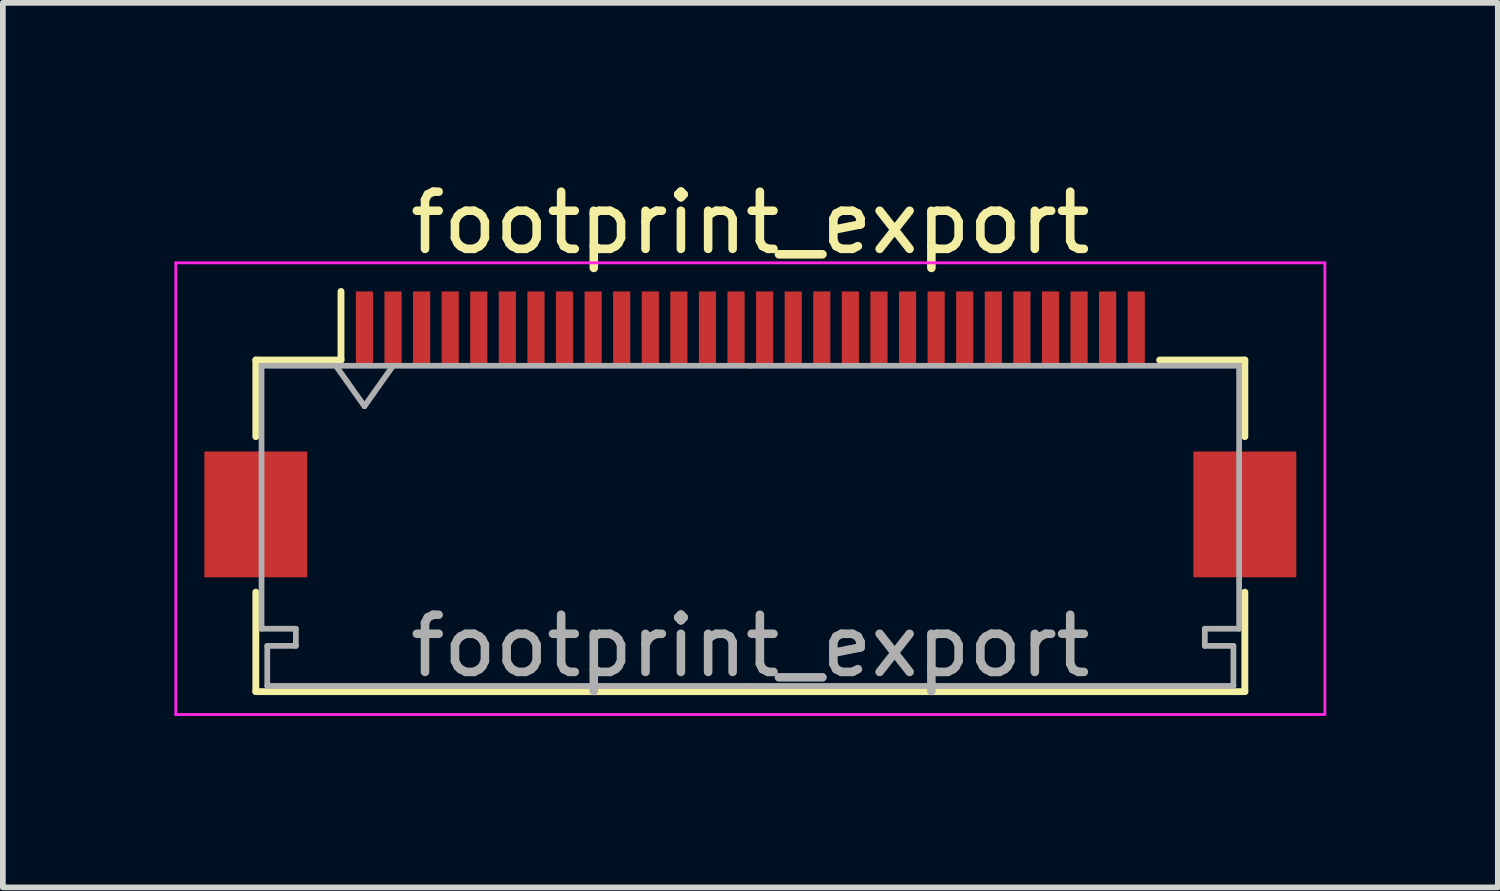
<source format=kicad_pcb>
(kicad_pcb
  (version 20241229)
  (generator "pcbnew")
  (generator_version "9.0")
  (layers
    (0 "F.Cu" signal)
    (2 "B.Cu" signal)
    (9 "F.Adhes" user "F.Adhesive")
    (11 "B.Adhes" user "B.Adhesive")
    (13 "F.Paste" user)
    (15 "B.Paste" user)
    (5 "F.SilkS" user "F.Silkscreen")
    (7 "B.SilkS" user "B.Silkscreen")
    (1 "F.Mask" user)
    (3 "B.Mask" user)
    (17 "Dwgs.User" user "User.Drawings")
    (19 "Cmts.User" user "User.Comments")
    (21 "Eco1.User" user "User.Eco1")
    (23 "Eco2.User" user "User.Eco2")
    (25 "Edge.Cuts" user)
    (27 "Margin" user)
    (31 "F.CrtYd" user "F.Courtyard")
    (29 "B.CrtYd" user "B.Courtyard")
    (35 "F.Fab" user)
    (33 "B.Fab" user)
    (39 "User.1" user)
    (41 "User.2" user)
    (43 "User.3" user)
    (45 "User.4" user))
  (footprint "footprint_export"
    (layer "F.Cu")
    (at 10.075 4.548)
    (property "Reference" "footprint_export" (at 0 -3.7 0) (layer "F.SilkS") (effects (font (size 1 1) (thickness 0.15))))
    (attr smd)
    (fp_line (start -8.65 -1.3) (end -8.65 0.04) (stroke (width 0.12) (type solid)) (layer "F.SilkS"))
    (fp_line (start -8.65 2.76) (end -8.65 4.5) (stroke (width 0.12) (type solid)) (layer "F.SilkS"))
    (fp_line (start -8.65 4.5) (end 8.65 4.5) (stroke (width 0.12) (type solid)) (layer "F.SilkS"))
    (fp_line (start -7.16 -1.3) (end -8.65 -1.3) (stroke (width 0.12) (type solid)) (layer "F.SilkS"))
    (fp_line (start -7.16 -1.3) (end -7.16 -2.5) (stroke (width 0.12) (type solid)) (layer "F.SilkS"))
    (fp_line (start 7.16 -1.3) (end 8.65 -1.3) (stroke (width 0.12) (type solid)) (layer "F.SilkS"))
    (fp_line (start 8.65 -1.3) (end 8.65 0.04) (stroke (width 0.12) (type solid)) (layer "F.SilkS"))
    (fp_line (start 8.65 4.5) (end 8.65 2.76) (stroke (width 0.12) (type solid)) (layer "F.SilkS"))
    (fp_line (start -10.05 -3) (end -10.05 4.9) (stroke (width 0.05) (type solid)) (layer "F.CrtYd"))
    (fp_line (start -10.05 4.9) (end 10.05 4.9) (stroke (width 0.05) (type solid)) (layer "F.CrtYd"))
    (fp_line (start 10.05 -3) (end -10.05 -3) (stroke (width 0.05) (type solid)) (layer "F.CrtYd"))
    (fp_line (start 10.05 4.9) (end 10.05 -3) (stroke (width 0.05) (type solid)) (layer "F.CrtYd"))
    (fp_line (start -8.55 -1.2) (end -8.55 3.4) (stroke (width 0.1) (type solid)) (layer "F.Fab"))
    (fp_line (start -8.55 3.4) (end -7.95 3.4) (stroke (width 0.1) (type solid)) (layer "F.Fab"))
    (fp_line (start -8.45 3.7) (end -8.45 4.4) (stroke (width 0.1) (type solid)) (layer "F.Fab"))
    (fp_line (start -8.45 4.4) (end 0 4.4) (stroke (width 0.1) (type solid)) (layer "F.Fab"))
    (fp_line (start -7.95 3.4) (end -7.95 3.7) (stroke (width 0.1) (type solid)) (layer "F.Fab"))
    (fp_line (start -7.95 3.7) (end -8.45 3.7) (stroke (width 0.1) (type solid)) (layer "F.Fab"))
    (fp_line (start -7.25 -1.2) (end -6.75 -0.493) (stroke (width 0.1) (type solid)) (layer "F.Fab"))
    (fp_line (start -6.75 -0.493) (end -6.25 -1.2) (stroke (width 0.1) (type solid)) (layer "F.Fab"))
    (fp_line (start 0 -1.2) (end -8.55 -1.2) (stroke (width 0.1) (type solid)) (layer "F.Fab"))
    (fp_line (start 0 -1.2) (end 8.55 -1.2) (stroke (width 0.1) (type solid)) (layer "F.Fab"))
    (fp_line (start 7.95 3.4) (end 7.95 3.7) (stroke (width 0.1) (type solid)) (layer "F.Fab"))
    (fp_line (start 7.95 3.7) (end 8.45 3.7) (stroke (width 0.1) (type solid)) (layer "F.Fab"))
    (fp_line (start 8.45 3.7) (end 8.45 4.4) (stroke (width 0.1) (type solid)) (layer "F.Fab"))
    (fp_line (start 8.45 4.4) (end 0 4.4) (stroke (width 0.1) (type solid)) (layer "F.Fab"))
    (fp_line (start 8.55 -1.2) (end 8.55 3.4) (stroke (width 0.1) (type solid)) (layer "F.Fab"))
    (fp_line (start 8.55 3.4) (end 7.95 3.4) (stroke (width 0.1) (type solid)) (layer "F.Fab"))
    (fp_text user "${REFERENCE}" (at 0 3.7 0) (layer "F.Fab") (effects (font (size 1 1) (thickness 0.15))))
    (pad "1" smd rect (at -6.75 -1.85) (size 0.3 1.3) (layers "F.Cu" "F.Mask" "F.Paste"))
    (pad "2" smd rect (at -6.25 -1.85) (size 0.3 1.3) (layers "F.Cu" "F.Mask" "F.Paste"))
    (pad "3" smd rect (at -5.75 -1.85) (size 0.3 1.3) (layers "F.Cu" "F.Mask" "F.Paste"))
    (pad "4" smd rect (at -5.25 -1.85) (size 0.3 1.3) (layers "F.Cu" "F.Mask" "F.Paste"))
    (pad "5" smd rect (at -4.75 -1.85) (size 0.3 1.3) (layers "F.Cu" "F.Mask" "F.Paste"))
    (pad "6" smd rect (at -4.25 -1.85) (size 0.3 1.3) (layers "F.Cu" "F.Mask" "F.Paste"))
    (pad "7" smd rect (at -3.75 -1.85) (size 0.3 1.3) (layers "F.Cu" "F.Mask" "F.Paste"))
    (pad "8" smd rect (at -3.25 -1.85) (size 0.3 1.3) (layers "F.Cu" "F.Mask" "F.Paste"))
    (pad "9" smd rect (at -2.75 -1.85) (size 0.3 1.3) (layers "F.Cu" "F.Mask" "F.Paste"))
    (pad "10" smd rect (at -2.25 -1.85) (size 0.3 1.3) (layers "F.Cu" "F.Mask" "F.Paste"))
    (pad "11" smd rect (at -1.75 -1.85) (size 0.3 1.3) (layers "F.Cu" "F.Mask" "F.Paste"))
    (pad "12" smd rect (at -1.25 -1.85) (size 0.3 1.3) (layers "F.Cu" "F.Mask" "F.Paste"))
    (pad "13" smd rect (at -0.75 -1.85) (size 0.3 1.3) (layers "F.Cu" "F.Mask" "F.Paste"))
    (pad "14" smd rect (at -0.25 -1.85) (size 0.3 1.3) (layers "F.Cu" "F.Mask" "F.Paste"))
    (pad "15" smd rect (at 0.25 -1.85) (size 0.3 1.3) (layers "F.Cu" "F.Mask" "F.Paste"))
    (pad "16" smd rect (at 0.75 -1.85) (size 0.3 1.3) (layers "F.Cu" "F.Mask" "F.Paste"))
    (pad "17" smd rect (at 1.25 -1.85) (size 0.3 1.3) (layers "F.Cu" "F.Mask" "F.Paste"))
    (pad "18" smd rect (at 1.75 -1.85) (size 0.3 1.3) (layers "F.Cu" "F.Mask" "F.Paste"))
    (pad "19" smd rect (at 2.25 -1.85) (size 0.3 1.3) (layers "F.Cu" "F.Mask" "F.Paste"))
    (pad "20" smd rect (at 2.75 -1.85) (size 0.3 1.3) (layers "F.Cu" "F.Mask" "F.Paste"))
    (pad "21" smd rect (at 3.25 -1.85) (size 0.3 1.3) (layers "F.Cu" "F.Mask" "F.Paste"))
    (pad "22" smd rect (at 3.75 -1.85) (size 0.3 1.3) (layers "F.Cu" "F.Mask" "F.Paste"))
    (pad "23" smd rect (at 4.25 -1.85) (size 0.3 1.3) (layers "F.Cu" "F.Mask" "F.Paste"))
    (pad "24" smd rect (at 4.75 -1.85) (size 0.3 1.3) (layers "F.Cu" "F.Mask" "F.Paste"))
    (pad "25" smd rect (at 5.25 -1.85) (size 0.3 1.3) (layers "F.Cu" "F.Mask" "F.Paste"))
    (pad "26" smd rect (at 5.75 -1.85) (size 0.3 1.3) (layers "F.Cu" "F.Mask" "F.Paste"))
    (pad "27" smd rect (at 6.25 -1.85) (size 0.3 1.3) (layers "F.Cu" "F.Mask" "F.Paste"))
    (pad "28" smd rect (at 6.75 -1.85) (size 0.3 1.3) (layers "F.Cu" "F.Mask" "F.Paste"))
    (pad "MP" smd rect (at -8.65 1.4) (size 1.8 2.2) (layers "F.Cu" "F.Mask" "F.Paste"))
    (pad "MP" smd rect (at 8.65 1.4) (size 1.8 2.2) (layers "F.Cu" "F.Mask" "F.Paste")))
  (gr_rect
    (start -3 -3)
    (end 23.15 12.473)
    (stroke (width 0.1) (type default))
    (fill no)
    (layer "Edge.Cuts")))
</source>
